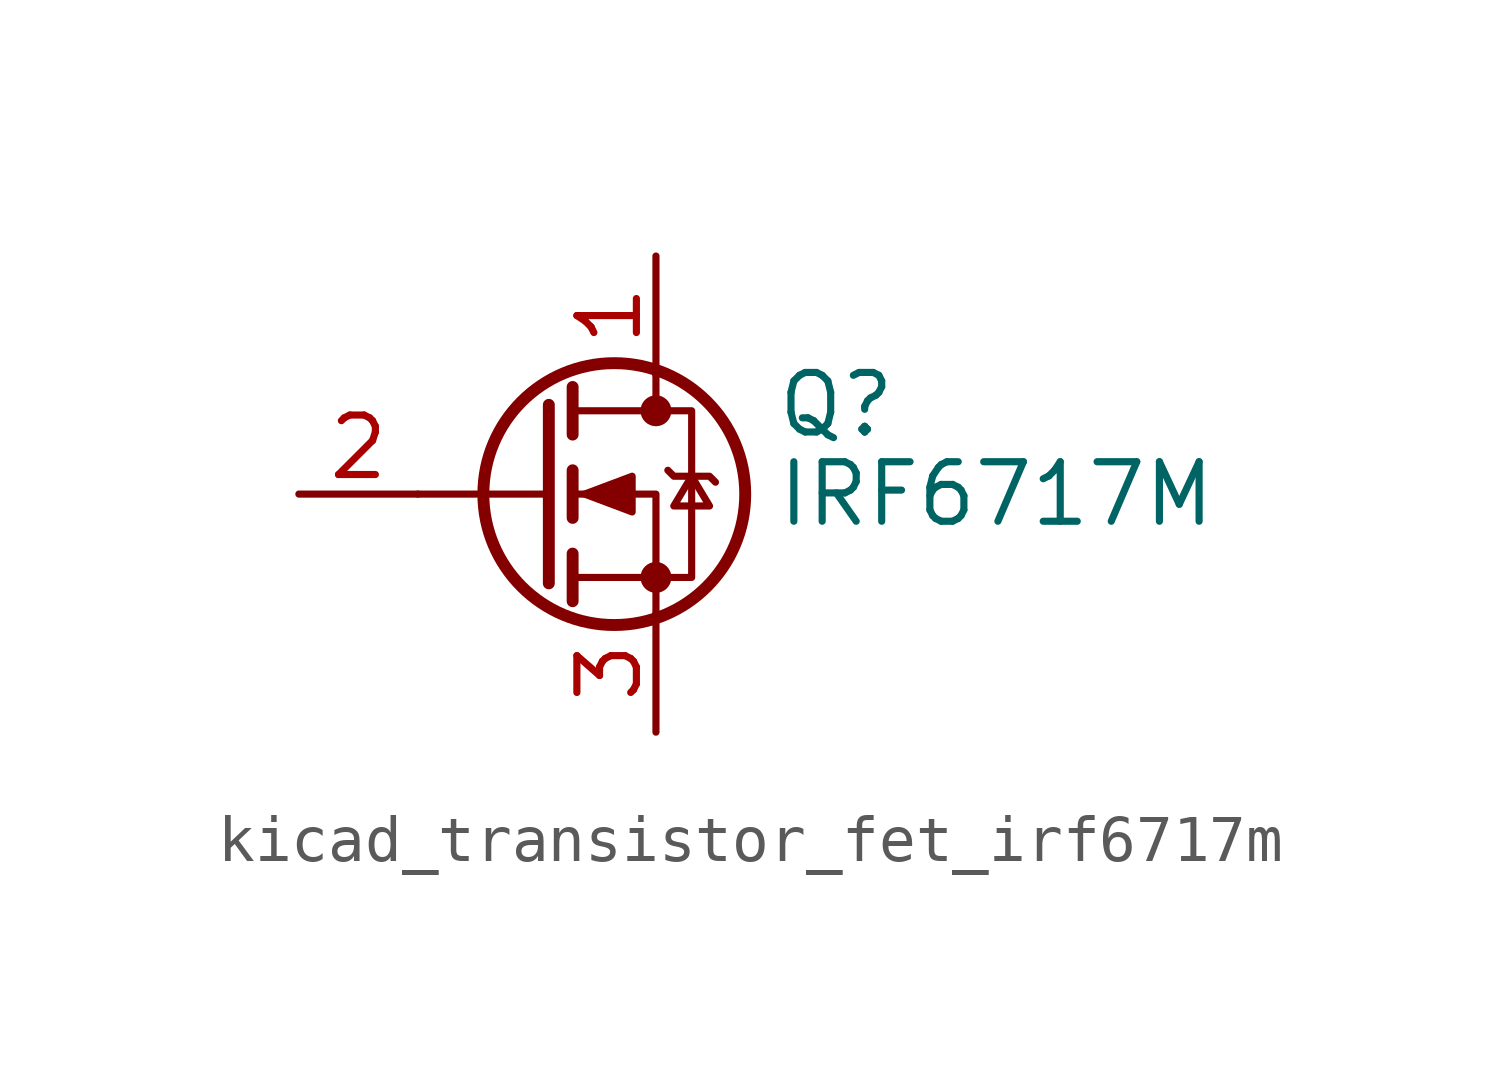
<source format=kicad_sym>
(kicad_symbol_lib
  (version 20220914)
  (generator kicad_symbol_editor)
  (symbol "kicad_transistor_fet_irf6717m"
    (pin_names hide)
    (property "Reference" "Q"
      (at 5.08 1.905 0)
      (effects (font (size 1.27 1.27)) (justify left)))
    (property "Value" "IRF6717M"
      (at 5.08 0 0)
      (effects (font (size 1.27 1.27)) (justify left)))
    (symbol "kicad_transistor_fet_irf6717m_0_1"
      (polyline (pts (xy 0.254 0) (xy -2.54 0)) (stroke (width 0) (type default)) (fill (type none)))
      (polyline (pts (xy 0.254 1.905) (xy 0.254 -1.905)) (stroke (width 0.254) (type default)) (fill (type none)))
      (polyline (pts (xy 0.762 -1.27) (xy 0.762 -2.286)) (stroke (width 0.254) (type default)) (fill (type none)))
      (polyline (pts (xy 0.762 0.508) (xy 0.762 -0.508)) (stroke (width 0.254) (type default)) (fill (type none)))
      (polyline (pts (xy 0.762 2.286) (xy 0.762 1.27)) (stroke (width 0.254) (type default)) (fill (type none)))
      (polyline (pts (xy 2.54 2.54) (xy 2.54 1.778)) (stroke (width 0) (type default)) (fill (type none)))
      (polyline (pts (xy 2.54 -2.54) (xy 2.54 0) (xy 0.762 0)) (stroke (width 0) (type default)) (fill (type none)))
      (polyline (pts (xy 0.762 -1.778) (xy 3.302 -1.778) (xy 3.302 1.778) (xy 0.762 1.778)) (stroke (width 0) (type default)) (fill (type none)))
      (polyline (pts (xy 1.016 0) (xy 2.032 0.381) (xy 2.032 -0.381) (xy 1.016 0)) (stroke (width 0) (type default)) (fill (type outline)))
      (polyline (pts (xy 2.794 0.508) (xy 2.921 0.381) (xy 3.683 0.381) (xy 3.81 0.254)) (stroke (width 0) (type default)) (fill (type none)))
      (polyline (pts (xy 3.302 0.381) (xy 2.921 -0.254) (xy 3.683 -0.254) (xy 3.302 0.381)) (stroke (width 0) (type default)) (fill (type none)))
      (circle (center 1.651 0) (radius 2.794) (stroke (width 0.254) (type default)) (fill (type none)))
      (circle (center 2.54 -1.778) (radius 0.254) (stroke (width 0) (type default)) (fill (type outline)))
      (circle (center 2.54 1.778) (radius 0.254) (stroke (width 0) (type default)) (fill (type outline))))
    (symbol "kicad_transistor_fet_irf6717m_1_1"
      (pin passive line (at 2.54 5.08 270) (length 2.54) (name "D" (effects (font (size 1.27 1.27)))) (number "1" (effects (font (size 1.27 1.27)))))
      (pin input line (at -5.08 0 0) (length 2.54) (name "G" (effects (font (size 1.27 1.27)))) (number "2" (effects (font (size 1.27 1.27)))))
      (pin passive line (at 2.54 -5.08 90) (length 2.54) (name "S" (effects (font (size 1.27 1.27)))) (number "3" (effects (font (size 1.27 1.27))))))))
</source>
